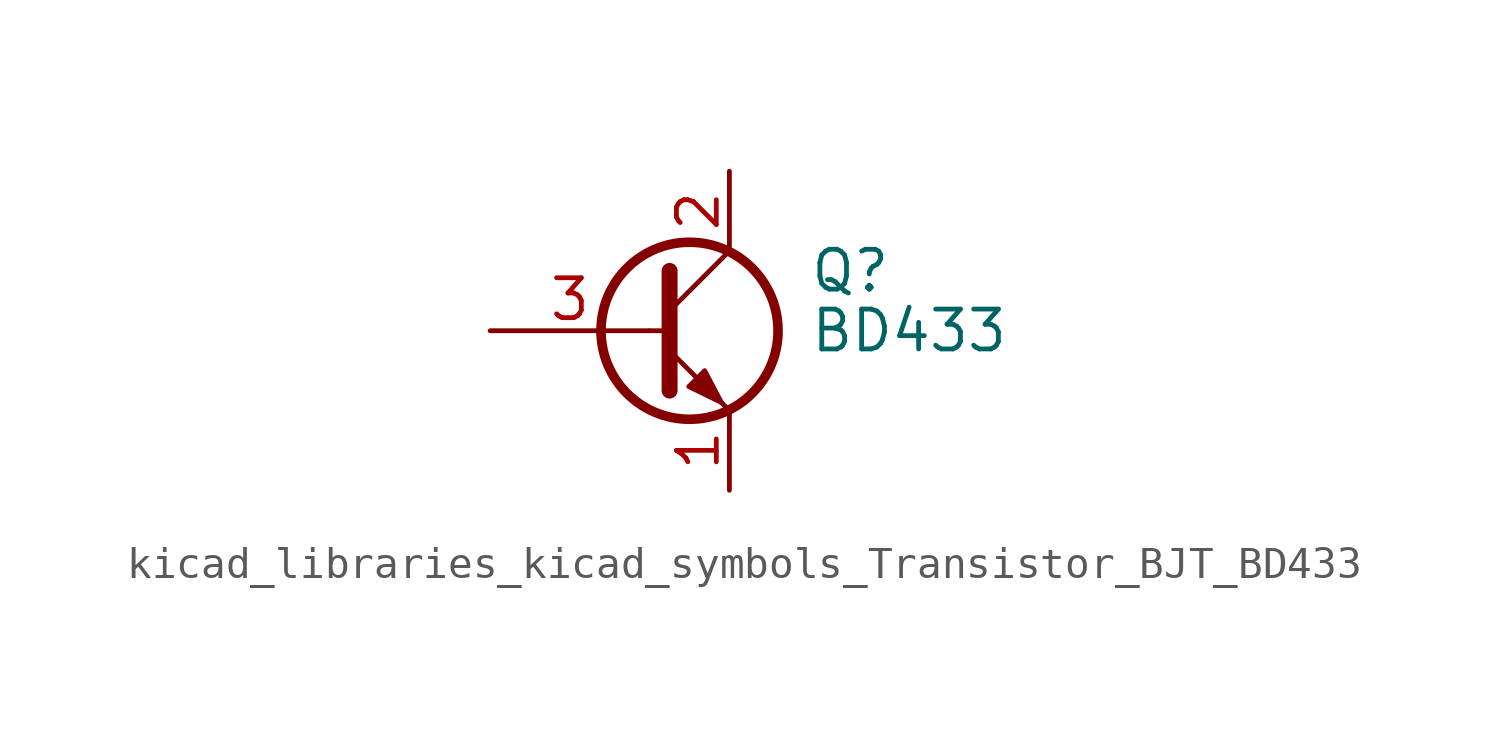
<source format=kicad_sym>
(kicad_symbol_lib
  (version 20220914)
  (generator kicad_symbol_editor)
  (symbol "kicad_libraries_kicad_symbols_Transistor_BJT_BD433"
    (pin_names
      (offset 0) hide)
    (property "Reference" "Q"
      (at 5.08 1.905 0)
      (effects (font (size 1.27 1.27)) (justify left)))
    (property "Value" "BD433"
      (at 5.08 0 0)
      (effects (font (size 1.27 1.27)) (justify left)))
    (symbol "kicad_libraries_kicad_symbols_Transistor_BJT_BD433_0_1"
      (polyline (pts (xy 0 0) (xy 0.635 0)) (stroke (width 0) (type default)) (fill (type none)))
      (polyline (pts (xy 2.54 -2.54) (xy 0.635 -0.635)) (stroke (width 0) (type default)) (fill (type none)))
      (polyline (pts (xy 2.54 2.54) (xy 0.635 0.635)) (stroke (width 0) (type default)) (fill (type none)))
      (polyline (pts (xy 0.635 1.905) (xy 0.635 -1.905) (xy 0.635 -1.905)) (stroke (width 0.508) (type default)) (fill (type outline)))
      (polyline (pts (xy 1.245 -1.778) (xy 1.753 -1.27) (xy 2.286 -2.286) (xy 1.245 -1.778) (xy 1.245 -1.778)) (stroke (width 0) (type default)) (fill (type outline)))
      (circle (center 1.27 0) (radius 2.819) (stroke (width 0.305) (type default)) (fill (type none))))
    (symbol "kicad_libraries_kicad_symbols_Transistor_BJT_BD433_1_1"
      (pin passive line (at 2.54 -5.08 90) (length 2.54) (name "E" (effects (font (size 1.27 1.27)))) (number "1" (effects (font (size 1.27 1.27)))))
      (pin passive line (at 2.54 5.08 270) (length 2.54) (name "C" (effects (font (size 1.27 1.27)))) (number "2" (effects (font (size 1.27 1.27)))))
      (pin input line (at -5.08 0 0) (length 5.08) (name "B" (effects (font (size 1.27 1.27)))) (number "3" (effects (font (size 1.27 1.27))))))))
</source>
